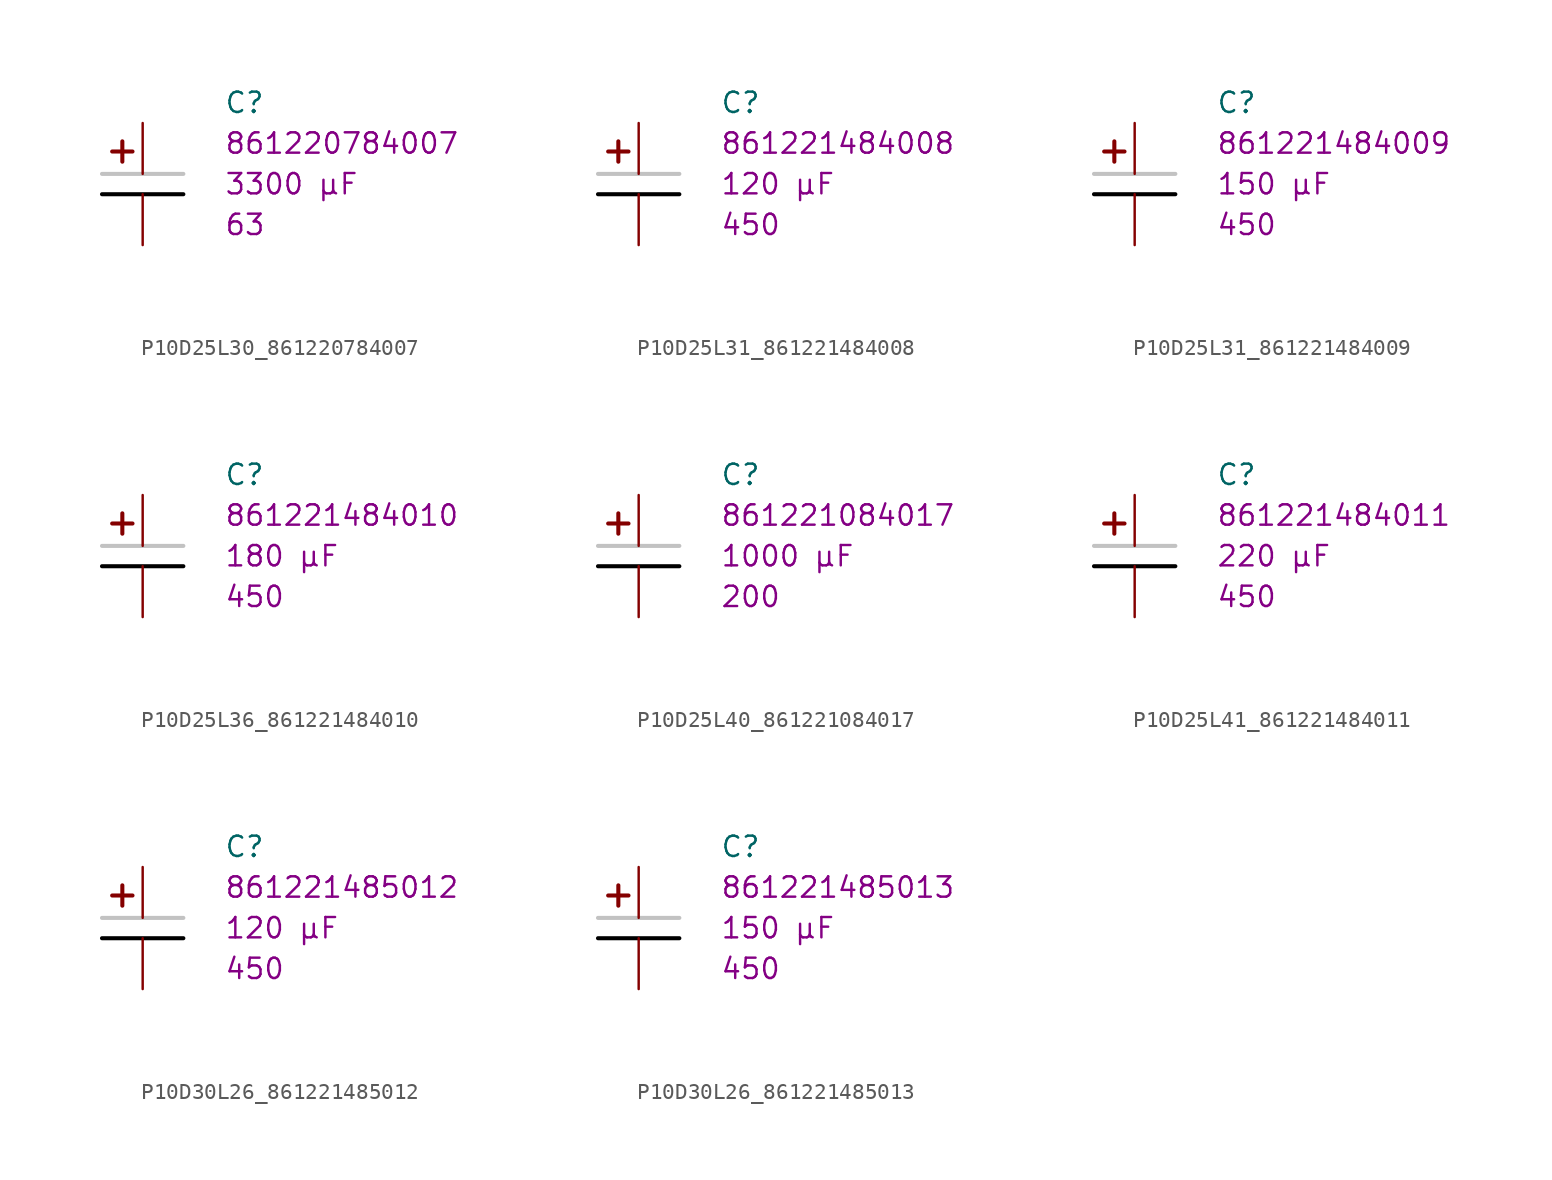
<source format=kicad_sym>
(kicad_symbol_lib
  (version 20220914)
  (generator kicad_symbol_editor)
  (symbol "P10D25L30_861220784007"
    (pin_numbers hide)
    (pin_names hide)
    (property "Reference" "C"
      (at 5.08 5.08 0)
      (effects (font (size 1.27 1.27)) (justify left)))
    (property "Part Number" "861220784007"
      (at 5.08 2.54 0)
      (effects (font (size 1.27 1.27)) (justify left)))
    (property "Capacitance" "3300 µF"
      (at 5.08 0 0)
      (effects (font (size 1.27 1.27)) (justify left)))
    (property "Voltage" "63"
      (at 5.08 -2.54 0)
      (effects (font (size 1.27 1.27)) (justify left)))
    (property "Critical Parameter" ""
      (at 0 -7.62 0)
      (effects (font (size 1.27 1.27))))
    (symbol "P10D25L30_861220784007_1_1"
      (polyline (pts (xy -1.27 2.667) (xy -1.27 1.397)) (stroke (width 0.254) (type default)) (fill (type none)))
      (polyline (pts (xy -0.635 2.032) (xy -1.905 2.032)) (stroke (width 0.254) (type default)) (fill (type none)))
      (polyline (pts (xy 2.54 -0.635) (xy -2.54 -0.635)) (stroke (width 0.254) (type default) (color 0 0 0 1)) (fill (type none)))
      (polyline (pts (xy 2.54 0.635) (xy -2.54 0.635)) (stroke (width 0.254) (type default) (color 194 194 194 1)) (fill (type none)))
      (pin passive line (at 0 3.81 270) (length 3.175) (name "1" (effects (font (size 1.27 1.27)))) (number "1" (effects (font (size 1.27 1.27)))))
      (pin passive line (at 0 -3.81 90) (length 3.175) (name "2" (effects (font (size 1.27 1.27)))) (number "2" (effects (font (size 1.27 1.27)))))))
  (symbol "P10D25L31_861221484008"
    (pin_numbers hide)
    (pin_names hide)
    (property "Reference" "C"
      (at 5.08 5.08 0)
      (effects (font (size 1.27 1.27)) (justify left)))
    (property "Part Number" "861221484008"
      (at 5.08 2.54 0)
      (effects (font (size 1.27 1.27)) (justify left)))
    (property "Capacitance" "120 µF"
      (at 5.08 0 0)
      (effects (font (size 1.27 1.27)) (justify left)))
    (property "Voltage" "450"
      (at 5.08 -2.54 0)
      (effects (font (size 1.27 1.27)) (justify left)))
    (property "Critical Parameter" ""
      (at 0 -7.62 0)
      (effects (font (size 1.27 1.27))))
    (symbol "P10D25L31_861221484008_1_1"
      (polyline (pts (xy -1.27 2.667) (xy -1.27 1.397)) (stroke (width 0.254) (type default)) (fill (type none)))
      (polyline (pts (xy -0.635 2.032) (xy -1.905 2.032)) (stroke (width 0.254) (type default)) (fill (type none)))
      (polyline (pts (xy 2.54 -0.635) (xy -2.54 -0.635)) (stroke (width 0.254) (type default) (color 0 0 0 1)) (fill (type none)))
      (polyline (pts (xy 2.54 0.635) (xy -2.54 0.635)) (stroke (width 0.254) (type default) (color 194 194 194 1)) (fill (type none)))
      (pin passive line (at 0 3.81 270) (length 3.175) (name "1" (effects (font (size 1.27 1.27)))) (number "1" (effects (font (size 1.27 1.27)))))
      (pin passive line (at 0 -3.81 90) (length 3.175) (name "2" (effects (font (size 1.27 1.27)))) (number "2" (effects (font (size 1.27 1.27)))))))
  (symbol "P10D25L31_861221484009"
    (pin_numbers hide)
    (pin_names hide)
    (property "Reference" "C"
      (at 5.08 5.08 0)
      (effects (font (size 1.27 1.27)) (justify left)))
    (property "Part Number" "861221484009"
      (at 5.08 2.54 0)
      (effects (font (size 1.27 1.27)) (justify left)))
    (property "Capacitance" "150 µF"
      (at 5.08 0 0)
      (effects (font (size 1.27 1.27)) (justify left)))
    (property "Voltage" "450"
      (at 5.08 -2.54 0)
      (effects (font (size 1.27 1.27)) (justify left)))
    (property "Critical Parameter" ""
      (at 0 -7.62 0)
      (effects (font (size 1.27 1.27))))
    (symbol "P10D25L31_861221484009_1_1"
      (polyline (pts (xy -1.27 2.667) (xy -1.27 1.397)) (stroke (width 0.254) (type default)) (fill (type none)))
      (polyline (pts (xy -0.635 2.032) (xy -1.905 2.032)) (stroke (width 0.254) (type default)) (fill (type none)))
      (polyline (pts (xy 2.54 -0.635) (xy -2.54 -0.635)) (stroke (width 0.254) (type default) (color 0 0 0 1)) (fill (type none)))
      (polyline (pts (xy 2.54 0.635) (xy -2.54 0.635)) (stroke (width 0.254) (type default) (color 194 194 194 1)) (fill (type none)))
      (pin passive line (at 0 3.81 270) (length 3.175) (name "1" (effects (font (size 1.27 1.27)))) (number "1" (effects (font (size 1.27 1.27)))))
      (pin passive line (at 0 -3.81 90) (length 3.175) (name "2" (effects (font (size 1.27 1.27)))) (number "2" (effects (font (size 1.27 1.27)))))))
  (symbol "P10D25L36_861221484010"
    (pin_numbers hide)
    (pin_names hide)
    (property "Reference" "C"
      (at 5.08 5.08 0)
      (effects (font (size 1.27 1.27)) (justify left)))
    (property "Part Number" "861221484010"
      (at 5.08 2.54 0)
      (effects (font (size 1.27 1.27)) (justify left)))
    (property "Capacitance" "180 µF"
      (at 5.08 0 0)
      (effects (font (size 1.27 1.27)) (justify left)))
    (property "Voltage" "450"
      (at 5.08 -2.54 0)
      (effects (font (size 1.27 1.27)) (justify left)))
    (property "Critical Parameter" ""
      (at 0 -7.62 0)
      (effects (font (size 1.27 1.27))))
    (symbol "P10D25L36_861221484010_1_1"
      (polyline (pts (xy -1.27 2.667) (xy -1.27 1.397)) (stroke (width 0.254) (type default)) (fill (type none)))
      (polyline (pts (xy -0.635 2.032) (xy -1.905 2.032)) (stroke (width 0.254) (type default)) (fill (type none)))
      (polyline (pts (xy 2.54 -0.635) (xy -2.54 -0.635)) (stroke (width 0.254) (type default) (color 0 0 0 1)) (fill (type none)))
      (polyline (pts (xy 2.54 0.635) (xy -2.54 0.635)) (stroke (width 0.254) (type default) (color 194 194 194 1)) (fill (type none)))
      (pin passive line (at 0 3.81 270) (length 3.175) (name "1" (effects (font (size 1.27 1.27)))) (number "1" (effects (font (size 1.27 1.27)))))
      (pin passive line (at 0 -3.81 90) (length 3.175) (name "2" (effects (font (size 1.27 1.27)))) (number "2" (effects (font (size 1.27 1.27)))))))
  (symbol "P10D25L40_861221084017"
    (pin_numbers hide)
    (pin_names hide)
    (property "Reference" "C"
      (at 5.08 5.08 0)
      (effects (font (size 1.27 1.27)) (justify left)))
    (property "Part Number" "861221084017"
      (at 5.08 2.54 0)
      (effects (font (size 1.27 1.27)) (justify left)))
    (property "Capacitance" "1000 µF"
      (at 5.08 0 0)
      (effects (font (size 1.27 1.27)) (justify left)))
    (property "Voltage" "200"
      (at 5.08 -2.54 0)
      (effects (font (size 1.27 1.27)) (justify left)))
    (property "Critical Parameter" ""
      (at 0 -7.62 0)
      (effects (font (size 1.27 1.27))))
    (symbol "P10D25L40_861221084017_1_1"
      (polyline (pts (xy -1.27 2.667) (xy -1.27 1.397)) (stroke (width 0.254) (type default)) (fill (type none)))
      (polyline (pts (xy -0.635 2.032) (xy -1.905 2.032)) (stroke (width 0.254) (type default)) (fill (type none)))
      (polyline (pts (xy 2.54 -0.635) (xy -2.54 -0.635)) (stroke (width 0.254) (type default) (color 0 0 0 1)) (fill (type none)))
      (polyline (pts (xy 2.54 0.635) (xy -2.54 0.635)) (stroke (width 0.254) (type default) (color 194 194 194 1)) (fill (type none)))
      (pin passive line (at 0 3.81 270) (length 3.175) (name "1" (effects (font (size 1.27 1.27)))) (number "1" (effects (font (size 1.27 1.27)))))
      (pin passive line (at 0 -3.81 90) (length 3.175) (name "2" (effects (font (size 1.27 1.27)))) (number "2" (effects (font (size 1.27 1.27)))))))
  (symbol "P10D25L41_861221484011"
    (pin_numbers hide)
    (pin_names hide)
    (property "Reference" "C"
      (at 5.08 5.08 0)
      (effects (font (size 1.27 1.27)) (justify left)))
    (property "Part Number" "861221484011"
      (at 5.08 2.54 0)
      (effects (font (size 1.27 1.27)) (justify left)))
    (property "Capacitance" "220 µF"
      (at 5.08 0 0)
      (effects (font (size 1.27 1.27)) (justify left)))
    (property "Voltage" "450"
      (at 5.08 -2.54 0)
      (effects (font (size 1.27 1.27)) (justify left)))
    (property "Critical Parameter" ""
      (at 0 -7.62 0)
      (effects (font (size 1.27 1.27))))
    (symbol "P10D25L41_861221484011_1_1"
      (polyline (pts (xy -1.27 2.667) (xy -1.27 1.397)) (stroke (width 0.254) (type default)) (fill (type none)))
      (polyline (pts (xy -0.635 2.032) (xy -1.905 2.032)) (stroke (width 0.254) (type default)) (fill (type none)))
      (polyline (pts (xy 2.54 -0.635) (xy -2.54 -0.635)) (stroke (width 0.254) (type default) (color 0 0 0 1)) (fill (type none)))
      (polyline (pts (xy 2.54 0.635) (xy -2.54 0.635)) (stroke (width 0.254) (type default) (color 194 194 194 1)) (fill (type none)))
      (pin passive line (at 0 3.81 270) (length 3.175) (name "1" (effects (font (size 1.27 1.27)))) (number "1" (effects (font (size 1.27 1.27)))))
      (pin passive line (at 0 -3.81 90) (length 3.175) (name "2" (effects (font (size 1.27 1.27)))) (number "2" (effects (font (size 1.27 1.27)))))))
  (symbol "P10D30L26_861221485012"
    (pin_numbers hide)
    (pin_names hide)
    (property "Reference" "C"
      (at 5.08 5.08 0)
      (effects (font (size 1.27 1.27)) (justify left)))
    (property "Part Number" "861221485012"
      (at 5.08 2.54 0)
      (effects (font (size 1.27 1.27)) (justify left)))
    (property "Capacitance" "120 µF"
      (at 5.08 0 0)
      (effects (font (size 1.27 1.27)) (justify left)))
    (property "Voltage" "450"
      (at 5.08 -2.54 0)
      (effects (font (size 1.27 1.27)) (justify left)))
    (property "Critical Parameter" ""
      (at 0 -7.62 0)
      (effects (font (size 1.27 1.27))))
    (symbol "P10D30L26_861221485012_1_1"
      (polyline (pts (xy -1.27 2.667) (xy -1.27 1.397)) (stroke (width 0.254) (type default)) (fill (type none)))
      (polyline (pts (xy -0.635 2.032) (xy -1.905 2.032)) (stroke (width 0.254) (type default)) (fill (type none)))
      (polyline (pts (xy 2.54 -0.635) (xy -2.54 -0.635)) (stroke (width 0.254) (type default) (color 0 0 0 1)) (fill (type none)))
      (polyline (pts (xy 2.54 0.635) (xy -2.54 0.635)) (stroke (width 0.254) (type default) (color 194 194 194 1)) (fill (type none)))
      (pin passive line (at 0 3.81 270) (length 3.175) (name "1" (effects (font (size 1.27 1.27)))) (number "1" (effects (font (size 1.27 1.27)))))
      (pin passive line (at 0 -3.81 90) (length 3.175) (name "2" (effects (font (size 1.27 1.27)))) (number "2" (effects (font (size 1.27 1.27)))))))
  (symbol "P10D30L26_861221485013"
    (pin_numbers hide)
    (pin_names hide)
    (property "Reference" "C"
      (at 5.08 5.08 0)
      (effects (font (size 1.27 1.27)) (justify left)))
    (property "Part Number" "861221485013"
      (at 5.08 2.54 0)
      (effects (font (size 1.27 1.27)) (justify left)))
    (property "Capacitance" "150 µF"
      (at 5.08 0 0)
      (effects (font (size 1.27 1.27)) (justify left)))
    (property "Voltage" "450"
      (at 5.08 -2.54 0)
      (effects (font (size 1.27 1.27)) (justify left)))
    (property "Critical Parameter" ""
      (at 0 -7.62 0)
      (effects (font (size 1.27 1.27))))
    (symbol "P10D30L26_861221485013_1_1"
      (polyline (pts (xy -1.27 2.667) (xy -1.27 1.397)) (stroke (width 0.254) (type default)) (fill (type none)))
      (polyline (pts (xy -0.635 2.032) (xy -1.905 2.032)) (stroke (width 0.254) (type default)) (fill (type none)))
      (polyline (pts (xy 2.54 -0.635) (xy -2.54 -0.635)) (stroke (width 0.254) (type default) (color 0 0 0 1)) (fill (type none)))
      (polyline (pts (xy 2.54 0.635) (xy -2.54 0.635)) (stroke (width 0.254) (type default) (color 194 194 194 1)) (fill (type none)))
      (pin passive line (at 0 3.81 270) (length 3.175) (name "1" (effects (font (size 1.27 1.27)))) (number "1" (effects (font (size 1.27 1.27)))))
      (pin passive line (at 0 -3.81 90) (length 3.175) (name "2" (effects (font (size 1.27 1.27)))) (number "2" (effects (font (size 1.27 1.27))))))))
</source>
